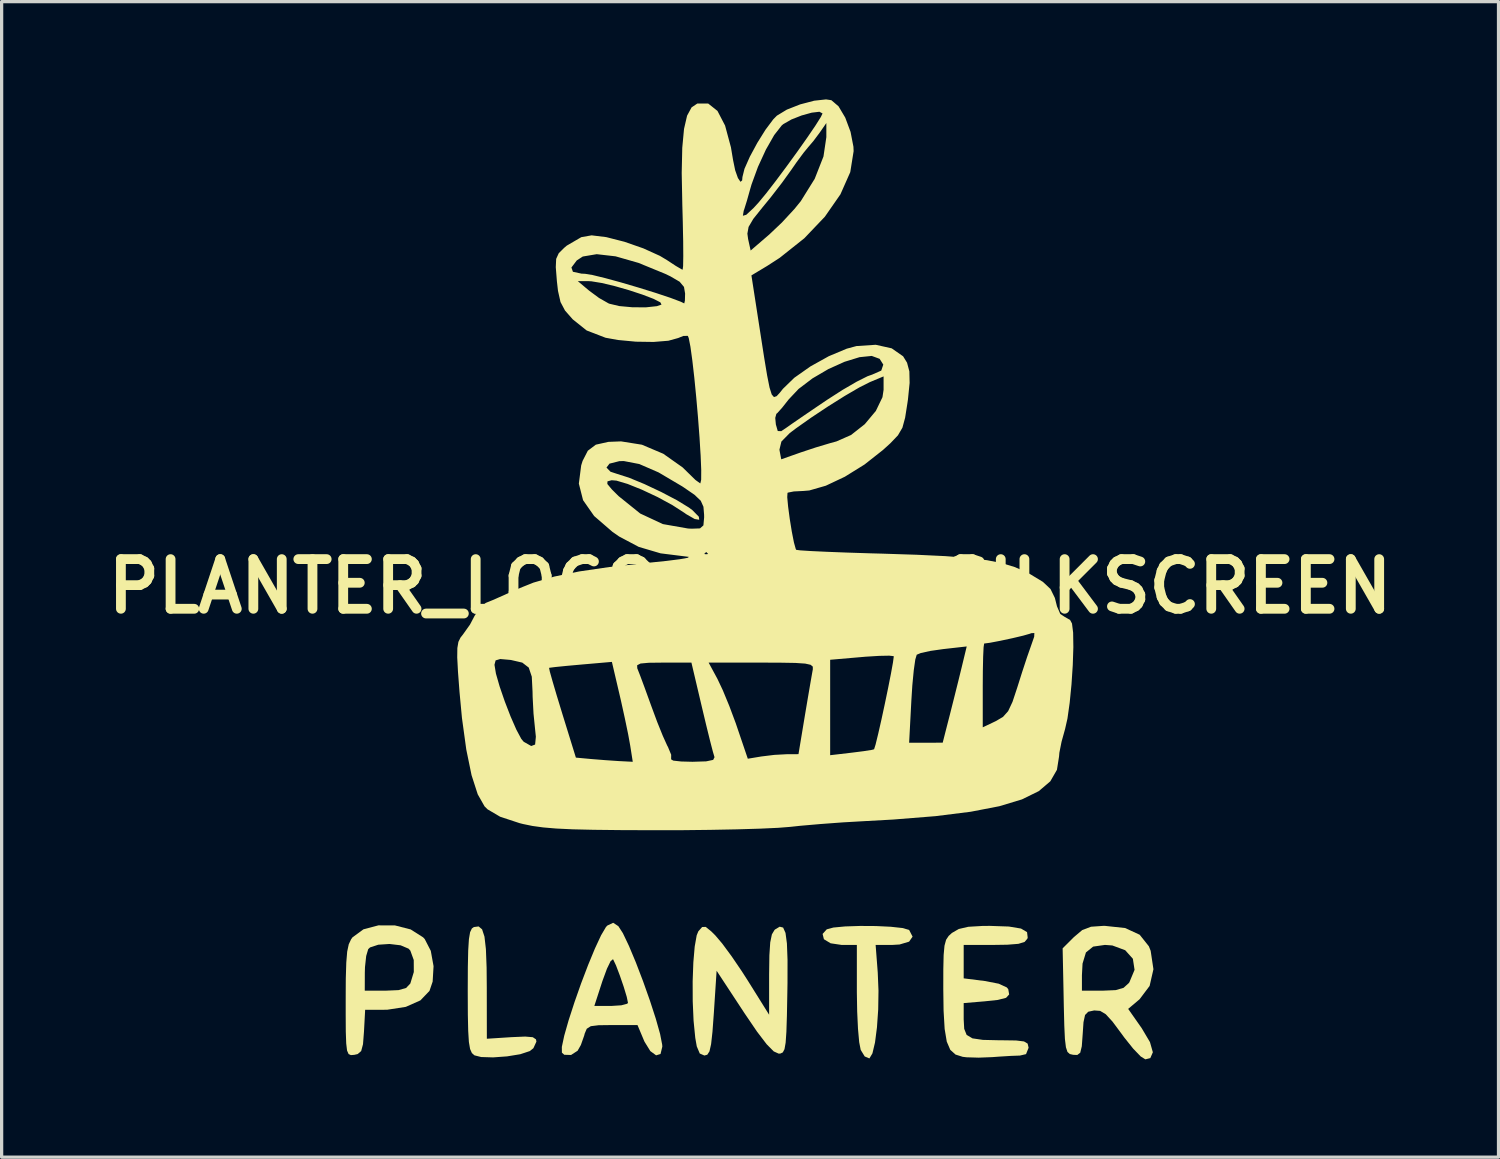
<source format=kicad_pcb>
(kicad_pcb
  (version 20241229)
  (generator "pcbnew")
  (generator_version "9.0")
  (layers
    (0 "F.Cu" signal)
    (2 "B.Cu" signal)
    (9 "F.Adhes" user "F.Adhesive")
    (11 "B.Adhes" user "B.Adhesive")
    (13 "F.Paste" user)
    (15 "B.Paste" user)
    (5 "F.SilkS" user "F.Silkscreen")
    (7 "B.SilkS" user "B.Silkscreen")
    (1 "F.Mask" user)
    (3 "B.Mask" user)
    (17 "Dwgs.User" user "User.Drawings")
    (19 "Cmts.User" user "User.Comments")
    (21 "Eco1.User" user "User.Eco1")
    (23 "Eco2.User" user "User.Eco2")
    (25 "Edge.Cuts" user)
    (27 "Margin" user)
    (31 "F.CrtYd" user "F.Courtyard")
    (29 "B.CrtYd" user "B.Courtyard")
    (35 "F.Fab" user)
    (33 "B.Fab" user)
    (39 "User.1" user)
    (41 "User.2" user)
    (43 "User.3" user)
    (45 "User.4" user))
  (footprint "PLANTER_LOGO_30MM_SILKSCREEN"
    (layer "F.Cu")
    (at 19.964 14.94)
    (property "Reference" "PLANTER_LOGO_30MM_SILKSCREEN" (at 0 0 0) (layer "F.SilkS") (effects (font (size 1.524 1.524) (thickness 0.3))))
    (attr board_only exclude_from_pos_files exclude_from_bom)
    (fp_poly (pts (xy -8.222 10.525) (xy -8.149 10.748) (xy -8.105 11.132) (xy -8.083 11.703) (xy -8.078 12.296) (xy -8.076 13.882) (xy -7.316 13.833) (xy -6.899 13.815) (xy -6.666 13.835) (xy -6.568 13.901) (xy -6.555 13.97) (xy -6.648 14.173) (xy -6.76 14.261) (xy -7.051 14.357) (xy -7.455 14.423) (xy -7.884 14.454) (xy -8.251 14.443) (xy -8.457 14.391) (xy -8.535 14.321) (xy -8.59 14.197) (xy -8.627 13.982) (xy -8.648 13.642) (xy -8.659 13.14) (xy -8.662 12.442) (xy -8.662 12.398) (xy -8.659 11.685) (xy -8.648 11.172) (xy -8.626 10.826) (xy -8.59 10.613) (xy -8.536 10.499) (xy -8.474 10.455) (xy -8.328 10.436)) (stroke (width 0) (type solid)) (fill yes) (layer "F.SilkS"))
    (fp_poly (pts (xy 3.864 10.424) (xy 4.319 10.446) (xy 4.677 10.485) (xy 4.874 10.541) (xy 4.884 10.549) (xy 4.987 10.749) (xy 4.88 10.903) (xy 4.588 10.99) (xy 4.372 11.003) (xy 3.853 11.003) (xy 3.918 11.851) (xy 3.941 12.409) (xy 3.932 12.986) (xy 3.894 13.532) (xy 3.834 13.997) (xy 3.755 14.33) (xy 3.664 14.483) (xy 3.659 14.485) (xy 3.518 14.425) (xy 3.395 14.224) (xy 3.349 13.988) (xy 3.312 13.577) (xy 3.287 13.048) (xy 3.277 12.458) (xy 3.277 11.003) (xy 2.806 11.003) (xy 2.471 10.953) (xy 2.266 10.828) (xy 2.226 10.666) (xy 2.353 10.525) (xy 2.556 10.47) (xy 2.918 10.436) (xy 3.376 10.421)) (stroke (width 0) (type solid)) (fill yes) (layer "F.SilkS"))
    (fp_poly (pts (xy 1.015 10.471) (xy 1.088 10.635) (xy 1.131 10.958) (xy 1.15 11.461) (xy 1.149 12.168) (xy 1.144 12.475) (xy 1.131 13.173) (xy 1.115 13.672) (xy 1.092 14.003) (xy 1.057 14.202) (xy 1.005 14.301) (xy 0.932 14.336) (xy 0.878 14.339) (xy 0.726 14.27) (xy 0.51 14.051) (xy 0.214 13.664) (xy -0.176 13.09) (xy -0.191 13.067) (xy -1.026 11.796) (xy -1.111 13.096) (xy -1.153 13.669) (xy -1.195 14.047) (xy -1.245 14.269) (xy -1.312 14.372) (xy -1.401 14.397) (xy -1.543 14.335) (xy -1.635 14.116) (xy -1.681 13.854) (xy -1.733 13.328) (xy -1.759 12.731) (xy -1.761 12.116) (xy -1.74 11.539) (xy -1.698 11.052) (xy -1.637 10.708) (xy -1.587 10.586) (xy -1.47 10.454) (xy -1.36 10.45) (xy -1.188 10.59) (xy -1.067 10.71) (xy -0.854 10.961) (xy -0.566 11.351) (xy -0.25 11.816) (xy -0.066 12.103) (xy 0.585 13.145) (xy 0.585 11.913) (xy 0.593 11.323) (xy 0.619 10.926) (xy 0.67 10.68) (xy 0.751 10.544) (xy 0.766 10.53) (xy 0.909 10.444)) (stroke (width 0) (type solid)) (fill yes) (layer "F.SilkS"))
    (fp_poly (pts (xy -10.895 10.405) (xy -10.413 10.528) (xy -10.031 10.771) (xy -9.982 10.823) (xy -9.796 11.185) (xy -9.711 11.656) (xy -9.739 12.129) (xy -9.836 12.414) (xy -10.115 12.705) (xy -10.563 12.904) (xy -11.127 12.991) (xy -11.225 12.993) (xy -11.81 12.993) (xy -11.846 13.666) (xy -11.876 14.051) (xy -11.932 14.26) (xy -12.039 14.352) (xy -12.144 14.376) (xy -12.247 14.384) (xy -12.318 14.352) (xy -12.365 14.245) (xy -12.391 14.027) (xy -12.404 13.665) (xy -12.407 13.123) (xy -12.407 12.721) (xy -12.406 12.407) (xy -11.822 12.407) (xy -11.182 12.407) (xy -10.785 12.39) (xy -10.554 12.324) (xy -10.427 12.191) (xy -10.422 12.181) (xy -10.317 11.835) (xy -10.319 11.466) (xy -10.424 11.177) (xy -10.478 11.118) (xy -10.722 11.015) (xy -11.063 10.974) (xy -11.407 10.997) (xy -11.66 11.08) (xy -11.716 11.133) (xy -11.778 11.342) (xy -11.815 11.683) (xy -11.82 11.851) (xy -11.822 12.407) (xy -12.406 12.407) (xy -12.404 12.037) (xy -12.389 11.546) (xy -12.361 11.208) (xy -12.313 10.983) (xy -12.241 10.83) (xy -12.2 10.772) (xy -11.863 10.525) (xy -11.403 10.403)) (stroke (width 0) (type solid)) (fill yes) (layer "F.SilkS"))
    (fp_poly (pts (xy -4.041 10.428) (xy -3.902 10.643) (xy -3.717 11.031) (xy -3.504 11.54) (xy -3.283 12.117) (xy -3.073 12.71) (xy -2.892 13.267) (xy -2.76 13.736) (xy -2.696 14.065) (xy -2.692 14.124) (xy -2.747 14.35) (xy -2.883 14.391) (xy -3.06 14.261) (xy -3.238 13.973) (xy -3.257 13.93) (xy -3.453 13.463) (xy -4.23 13.462) (xy -4.647 13.467) (xy -4.887 13.497) (xy -5.01 13.575) (xy -5.073 13.722) (xy -5.088 13.782) (xy -5.191 14.074) (xy -5.291 14.25) (xy -5.492 14.38) (xy -5.7 14.374) (xy -5.773 14.309) (xy -5.775 14.132) (xy -5.701 13.786) (xy -5.567 13.316) (xy -5.424 12.876) (xy -4.778 12.876) (xy -4.262 12.876) (xy -3.951 12.856) (xy -3.767 12.807) (xy -3.746 12.779) (xy -3.783 12.598) (xy -3.876 12.29) (xy -3.996 11.94) (xy -4.113 11.632) (xy -4.198 11.452) (xy -4.206 11.442) (xy -4.277 11.499) (xy -4.39 11.731) (xy -4.522 12.09) (xy -4.531 12.115) (xy -4.778 12.876) (xy -5.424 12.876) (xy -5.389 12.767) (xy -5.185 12.187) (xy -4.969 11.62) (xy -4.759 11.112) (xy -4.571 10.708) (xy -4.422 10.455) (xy -4.379 10.409) (xy -4.2 10.324)) (stroke (width 0) (type solid)) (fill yes) (layer "F.SilkS"))
    (fp_poly (pts (xy 7.941 10.439) (xy 8.314 10.501) (xy 8.499 10.611) (xy 8.519 10.779) (xy 8.507 10.815) (xy 8.423 10.912) (xy 8.233 10.97) (xy 7.892 10.997) (xy 7.495 11.003) (xy 6.555 11.003) (xy 6.555 12.029) (xy 7.206 12.111) (xy 7.63 12.193) (xy 7.879 12.308) (xy 7.923 12.363) (xy 7.95 12.523) (xy 7.856 12.626) (xy 7.602 12.691) (xy 7.198 12.734) (xy 6.555 12.788) (xy 6.555 13.287) (xy 6.571 13.578) (xy 6.646 13.765) (xy 6.823 13.87) (xy 7.144 13.917) (xy 7.651 13.929) (xy 7.735 13.929) (xy 8.162 13.935) (xy 8.406 13.965) (xy 8.517 14.031) (xy 8.545 14.149) (xy 8.545 14.163) (xy 8.468 14.354) (xy 8.281 14.398) (xy 8.008 14.408) (xy 7.621 14.432) (xy 7.433 14.446) (xy 7.016 14.462) (xy 6.643 14.451) (xy 6.526 14.437) (xy 6.304 14.367) (xy 6.144 14.223) (xy 6.036 13.972) (xy 5.971 13.582) (xy 5.938 13.019) (xy 5.929 12.365) (xy 5.93 11.743) (xy 5.94 11.311) (xy 5.966 11.027) (xy 6.015 10.846) (xy 6.094 10.727) (xy 6.194 10.636) (xy 6.402 10.515) (xy 6.694 10.447) (xy 7.131 10.421) (xy 7.358 10.419)) (stroke (width 0) (type solid)) (fill yes) (layer "F.SilkS"))
    (fp_poly (pts (xy 11.509 10.485) (xy 11.955 10.691) (xy 12.237 11.045) (xy 12.292 11.184) (xy 12.377 11.749) (xy 12.26 12.261) (xy 11.952 12.671) (xy 11.942 12.679) (xy 11.602 12.966) (xy 12.019 13.561) (xy 12.271 13.986) (xy 12.359 14.297) (xy 12.281 14.476) (xy 12.129 14.514) (xy 11.986 14.425) (xy 11.756 14.186) (xy 11.484 13.846) (xy 11.412 13.747) (xy 11.122 13.357) (xy 10.913 13.129) (xy 10.742 13.027) (xy 10.566 13.014) (xy 10.553 13.015) (xy 10.377 13.053) (xy 10.279 13.153) (xy 10.231 13.375) (xy 10.207 13.732) (xy 10.179 14.113) (xy 10.131 14.311) (xy 10.04 14.38) (xy 9.914 14.375) (xy 9.811 14.351) (xy 9.739 14.286) (xy 9.692 14.144) (xy 9.661 13.888) (xy 9.642 13.48) (xy 9.627 12.884) (xy 9.624 12.724) (xy 9.618 12.407) (xy 10.183 12.407) (xy 10.821 12.407) (xy 11.219 12.39) (xy 11.46 12.32) (xy 11.62 12.175) (xy 11.64 12.147) (xy 11.798 11.768) (xy 11.746 11.428) (xy 11.511 11.166) (xy 11.117 11.02) (xy 10.89 11.003) (xy 10.527 11.055) (xy 10.306 11.234) (xy 10.202 11.576) (xy 10.183 11.931) (xy 10.183 12.407) (xy 9.618 12.407) (xy 9.591 11.108) (xy 9.937 10.763) (xy 10.193 10.547) (xy 10.462 10.445) (xy 10.848 10.418) (xy 10.883 10.418)) (stroke (width 0) (type solid)) (fill yes) (layer "F.SilkS"))
    (fp_poly (pts (xy 2.494 -14.916) (xy 2.714 -14.729) (xy 2.921 -14.381) (xy 3.084 -13.943) (xy 3.172 -13.489) (xy 3.178 -13.353) (xy 3.075 -12.709) (xy 2.773 -12.027) (xy 2.295 -11.34) (xy 1.666 -10.68) (xy 0.91 -10.079) (xy 0.528 -9.832) (xy 0.042 -9.54) (xy 0.314 -7.784) (xy 0.432 -7.024) (xy 0.524 -6.47) (xy 0.598 -6.099) (xy 0.665 -5.886) (xy 0.734 -5.806) (xy 0.817 -5.835) (xy 0.921 -5.949) (xy 1.009 -6.06) (xy 1.358 -6.399) (xy 1.854 -6.748) (xy 2.417 -7.061) (xy 2.966 -7.291) (xy 3.266 -7.372) (xy 3.856 -7.411) (xy 4.346 -7.302) (xy 4.696 -7.058) (xy 4.817 -6.862) (xy 4.888 -6.595) (xy 4.896 -6.24) (xy 4.845 -5.734) (xy 4.83 -5.631) (xy 4.758 -5.173) (xy 4.675 -4.867) (xy 4.538 -4.633) (xy 4.306 -4.39) (xy 4.078 -4.183) (xy 3.512 -3.737) (xy 2.908 -3.362) (xy 2.325 -3.087) (xy 1.818 -2.941) (xy 1.64 -2.926) (xy 1.342 -2.911) (xy 1.162 -2.875) (xy 1.149 -2.866) (xy 1.141 -2.734) (xy 1.168 -2.444) (xy 1.218 -2.069) (xy 1.281 -1.679) (xy 1.346 -1.348) (xy 1.402 -1.146) (xy 1.417 -1.119) (xy 1.542 -1.103) (xy 1.867 -1.082) (xy 2.358 -1.059) (xy 2.981 -1.035) (xy 3.7 -1.012) (xy 4.038 -1.003) (xy 5.119 -0.968) (xy 5.998 -0.926) (xy 6.705 -0.871) (xy 7.273 -0.801) (xy 7.732 -0.709) (xy 8.115 -0.593) (xy 8.452 -0.448) (xy 8.595 -0.373) (xy 8.986 -0.136) (xy 9.219 0.083) (xy 9.353 0.357) (xy 9.418 0.615) (xy 9.519 0.848) (xy 9.651 0.936) (xy 9.82 1.033) (xy 9.878 1.141) (xy 9.913 1.419) (xy 9.92 1.865) (xy 9.902 2.416) (xy 9.863 3.007) (xy 9.807 3.575) (xy 9.739 4.057) (xy 9.666 4.379) (xy 9.558 4.768) (xy 9.491 5.105) (xy 9.481 5.222) (xy 9.416 5.631) (xy 9.213 5.983) (xy 8.86 6.284) (xy 8.343 6.538) (xy 7.651 6.747) (xy 6.771 6.917) (xy 5.69 7.052) (xy 4.397 7.156) (xy 3.512 7.205) (xy 2.85 7.243) (xy 2.16 7.294) (xy 1.539 7.348) (xy 1.232 7.381) (xy 0.863 7.41) (xy 0.302 7.436) (xy -0.409 7.457) (xy -1.228 7.473) (xy -2.114 7.483) (xy -2.982 7.484) (xy -3.994 7.48) (xy -4.804 7.471) (xy -5.445 7.456) (xy -5.949 7.432) (xy -6.348 7.398) (xy -6.676 7.353) (xy -6.963 7.294) (xy -7.074 7.266) (xy -7.668 7.07) (xy -8.054 6.843) (xy -8.146 6.752) (xy -8.356 6.382) (xy -8.545 5.796) (xy -8.707 5.008) (xy -8.84 4.038) (xy -8.915 3.238) (xy -8.962 2.616) (xy -8.973 2.403) (xy -7.841 2.403) (xy -7.841 2.413) (xy -7.797 2.679) (xy -7.684 3.072) (xy -7.526 3.532) (xy -7.347 3.995) (xy -7.17 4.399) (xy -7.019 4.681) (xy -6.946 4.769) (xy -6.715 4.9) (xy -6.595 4.855) (xy -6.572 4.615) (xy -6.597 4.373) (xy -6.644 3.905) (xy -6.671 3.389) (xy -6.674 3.232) (xy -6.697 2.773) (xy -6.787 2.503) (xy -6.167 2.503) (xy -6.144 2.615) (xy -6.062 2.907) (xy -5.936 3.335) (xy -5.777 3.856) (xy -5.767 3.889) (xy -5.344 5.256) (xy -4.867 5.3) (xy -4.441 5.334) (xy -4.034 5.362) (xy -3.994 5.364) (xy -3.599 5.384) (xy -3.677 4.887) (xy -3.74 4.54) (xy -3.841 4.054) (xy -3.959 3.518) (xy -3.997 3.354) (xy -4.215 2.422) (xy -3.464 2.422) (xy -3.461 2.514) (xy -3.448 2.546) (xy -3.369 2.748) (xy -3.237 3.103) (xy -3.076 3.547) (xy -3.025 3.687) (xy -2.849 4.162) (xy -2.678 4.586) (xy -2.544 4.883) (xy -2.519 4.929) (xy -2.42 5.167) (xy -2.422 5.309) (xy -2.356 5.348) (xy -2.111 5.375) (xy -1.766 5.384) (xy -1.347 5.371) (xy -1.132 5.326) (xy -1.09 5.243) (xy -1.092 5.238) (xy -1.141 5.072) (xy -1.23 4.728) (xy -1.346 4.257) (xy -1.475 3.716) (xy -1.799 2.341) (xy -1.271 2.341) (xy -1.002 2.838) (xy -0.836 3.189) (xy -0.637 3.671) (xy -0.442 4.193) (xy -0.401 4.313) (xy -0.069 5.29) (xy 0.346 5.221) (xy 0.665 5.182) (xy 2.458 5.182) (xy 3.125 5.104) (xy 3.487 5.058) (xy 3.735 5.019) (xy 3.806 5) (xy 3.854 4.846) (xy 3.865 4.799) (xy 4.881 4.799) (xy 5.396 4.799) (xy 5.911 4.798) (xy 6.031 4.327) (xy 7.14 4.327) (xy 7.541 4.136) (xy 7.761 4.007) (xy 7.919 3.83) (xy 8.053 3.545) (xy 8.196 3.114) (xy 8.35 2.627) (xy 8.503 2.162) (xy 8.62 1.829) (xy 8.718 1.547) (xy 8.723 1.433) (xy 8.631 1.438) (xy 8.579 1.457) (xy 8.379 1.514) (xy 8.05 1.592) (xy 7.681 1.671) (xy 7.361 1.732) (xy 7.183 1.756) (xy 7.166 1.865) (xy 7.152 2.161) (xy 7.143 2.596) (xy 7.14 3.041) (xy 7.14 4.327) (xy 6.031 4.327) (xy 6.128 3.95) (xy 6.262 3.419) (xy 6.398 2.874) (xy 6.496 2.474) (xy 6.648 1.845) (xy 5.928 1.926) (xy 5.534 1.982) (xy 5.236 2.048) (xy 5.114 2.099) (xy 5.07 2.247) (xy 5.023 2.578) (xy 4.979 3.039) (xy 4.95 3.495) (xy 4.881 4.799) (xy 3.865 4.799) (xy 3.932 4.526) (xy 4.03 4.095) (xy 4.135 3.608) (xy 4.237 3.116) (xy 4.324 2.675) (xy 4.385 2.338) (xy 4.409 2.159) (xy 4.406 2.143) (xy 4.273 2.128) (xy 3.965 2.134) (xy 3.542 2.16) (xy 3.405 2.172) (xy 2.458 2.254) (xy 2.458 5.182) (xy 0.665 5.182) (xy 0.749 5.172) (xy 1.123 5.152) (xy 1.486 5.15) (xy 1.685 3.95) (xy 1.773 3.428) (xy 1.85 2.977) (xy 1.906 2.657) (xy 1.926 2.546) (xy 1.925 2.464) (xy 1.858 2.408) (xy 1.692 2.371) (xy 1.392 2.351) (xy 0.922 2.343) (xy 0.348 2.341) (xy -1.271 2.341) (xy -1.799 2.341) (xy -2.668 2.341) (xy -3.11 2.346) (xy -3.361 2.369) (xy -3.464 2.422) (xy -4.215 2.422) (xy -4.239 2.319) (xy -5.192 2.402) (xy -5.634 2.442) (xy -5.973 2.476) (xy -6.153 2.499) (xy -6.167 2.503) (xy -6.787 2.503) (xy -6.79 2.494) (xy -6.989 2.341) (xy -7.33 2.262) (xy -7.357 2.258) (xy -7.666 2.231) (xy -7.807 2.273) (xy -7.841 2.403) (xy -8.973 2.403) (xy -8.985 2.182) (xy -8.981 1.894) (xy -8.949 1.705) (xy -8.884 1.573) (xy -8.812 1.482) (xy -8.593 1.174) (xy -8.451 0.904) (xy -8.286 0.646) (xy -8.107 0.508) (xy -7.897 0.423) (xy -7.554 0.272) (xy -7.199 0.108) (xy -6.648 -0.113) (xy -6.007 -0.299) (xy -5.239 -0.457) (xy -4.31 -0.593) (xy -3.184 -0.716) (xy -3.102 -0.724) (xy -2.56 -0.78) (xy -2.157 -0.831) (xy -1.919 -0.873) (xy -1.874 -0.902) (xy -1.931 -0.91) (xy -2.611 -0.995) (xy -1.405 -0.995) (xy -1.346 -0.936) (xy -1.288 -0.995) (xy -1.346 -1.053) (xy -1.405 -0.995) (xy -2.611 -0.995) (xy -2.746 -1.012) (xy -3.416 -1.21) (xy -4.018 -1.529) (xy -4.221 -1.67) (xy -4.784 -2.157) (xy -5.124 -2.643) (xy -5.253 -3.152) (xy -5.19 -3.643) (xy -4.405 -3.643) (xy -4.282 -3.516) (xy -4.075 -3.448) (xy -3.717 -3.334) (xy -3.243 -3.138) (xy -2.727 -2.895) (xy -2.246 -2.643) (xy -1.876 -2.417) (xy -1.768 -2.336) (xy -1.572 -2.136) (xy -1.559 -2.042) (xy -1.699 -2.065) (xy -1.96 -2.215) (xy -2.011 -2.252) (xy -2.383 -2.492) (xy -2.838 -2.739) (xy -3.317 -2.964) (xy -3.757 -3.141) (xy -4.1 -3.243) (xy -4.247 -3.255) (xy -4.375 -3.22) (xy -4.379 -3.14) (xy -4.242 -2.975) (xy -4.034 -2.768) (xy -3.369 -2.233) (xy -2.674 -1.909) (xy -1.9 -1.773) (xy -1.785 -1.768) (xy -1.536 -1.777) (xy -1.431 -1.87) (xy -1.409 -2.116) (xy -1.41 -2.195) (xy -1.43 -2.441) (xy -1.513 -2.626) (xy -1.704 -2.808) (xy -2.049 -3.045) (xy -2.083 -3.067) (xy -2.807 -3.495) (xy -3.399 -3.752) (xy -3.876 -3.844) (xy -4.012 -3.84) (xy -4.313 -3.764) (xy -4.405 -3.643) (xy -5.19 -3.643) (xy -5.181 -3.711) (xy -5.138 -3.848) (xy -4.978 -4.16) (xy -4.732 -4.346) (xy -4.347 -4.432) (xy -3.958 -4.447) (xy -3.318 -4.345) (xy -2.662 -4.067) (xy -2.07 -3.649) (xy -1.882 -3.465) (xy -1.675 -3.263) (xy -1.536 -3.163) (xy -1.525 -3.16) (xy -1.5 -3.269) (xy -1.498 -3.568) (xy -1.516 -4.013) (xy -1.528 -4.195) (xy 0.902 -4.195) (xy 0.907 -4.158) (xy 0.957 -3.897) (xy 1.561 -4.11) (xy 2.016 -4.261) (xy 2.474 -4.398) (xy 2.649 -4.445) (xy 3.099 -4.643) (xy 3.52 -4.975) (xy 3.86 -5.382) (xy 4.063 -5.803) (xy 4.097 -6.027) (xy 4.097 -6.441) (xy 3.675 -6.265) (xy 3.354 -6.103) (xy 2.905 -5.841) (xy 2.391 -5.518) (xy 1.871 -5.173) (xy 1.407 -4.845) (xy 1.219 -4.703) (xy 0.962 -4.442) (xy 0.902 -4.195) (xy -1.528 -4.195) (xy -1.55 -4.562) (xy -1.596 -5.167) (xy 0.773 -5.167) (xy 0.792 -4.966) (xy 0.85 -4.765) (xy 0.956 -4.76) (xy 1.097 -4.854) (xy 1.297 -4.995) (xy 1.638 -5.229) (xy 2.064 -5.519) (xy 2.374 -5.728) (xy 2.839 -6.027) (xy 3.269 -6.277) (xy 3.605 -6.446) (xy 3.749 -6.497) (xy 4.026 -6.619) (xy 4.088 -6.803) (xy 3.976 -6.98) (xy 3.734 -7.069) (xy 3.36 -7.031) (xy 2.899 -6.889) (xy 2.402 -6.665) (xy 1.916 -6.38) (xy 1.489 -6.056) (xy 1.186 -5.735) (xy 0.983 -5.478) (xy 0.837 -5.316) (xy 0.807 -5.292) (xy 0.773 -5.167) (xy -1.596 -5.167) (xy -1.596 -5.171) (xy -1.651 -5.797) (xy -1.71 -6.398) (xy -1.771 -6.93) (xy -1.829 -7.35) (xy -1.881 -7.616) (xy -1.909 -7.684) (xy -2.046 -7.683) (xy -2.206 -7.618) (xy -2.505 -7.535) (xy -2.961 -7.498) (xy -3.501 -7.506) (xy -4.053 -7.558) (xy -4.434 -7.627) (xy -5.013 -7.85) (xy -5.44 -8.191) (xy -5.678 -8.462) (xy -5.816 -8.723) (xy -5.893 -9.065) (xy -5.927 -9.364) (xy -5.285 -9.364) (xy -4.939 -9.073) (xy -4.633 -8.847) (xy -4.343 -8.682) (xy -4.316 -8.671) (xy -4.014 -8.599) (xy -3.611 -8.562) (xy -3.195 -8.56) (xy -2.858 -8.596) (xy -2.717 -8.644) (xy -2.752 -8.713) (xy -2.963 -8.821) (xy -3.3 -8.95) (xy -3.71 -9.085) (xy -4.142 -9.209) (xy -4.546 -9.306) (xy -4.87 -9.359) (xy -4.966 -9.364) (xy -5.285 -9.364) (xy -5.927 -9.364) (xy -5.928 -9.378) (xy -5.96 -9.782) (xy -5.481 -9.782) (xy -5.435 -9.651) (xy -5.172 -9.594) (xy -5.062 -9.589) (xy -4.835 -9.552) (xy -4.445 -9.457) (xy -3.952 -9.322) (xy -3.415 -9.164) (xy -2.891 -9.001) (xy -2.441 -8.851) (xy -2.123 -8.731) (xy -2.019 -8.68) (xy -1.999 -8.767) (xy -1.993 -8.984) (xy -2.027 -9.186) (xy -2.16 -9.345) (xy -2.442 -9.51) (xy -2.607 -9.589) (xy -3.421 -9.923) (xy -4.127 -10.125) (xy -4.705 -10.191) (xy -5.133 -10.119) (xy -5.317 -9.999) (xy -5.481 -9.782) (xy -5.96 -9.782) (xy -5.961 -9.791) (xy -5.949 -10.047) (xy -5.87 -10.22) (xy -5.703 -10.386) (xy -5.624 -10.453) (xy -5.178 -10.713) (xy -4.861 -10.769) (xy -4.411 -10.714) (xy -3.852 -10.571) (xy -3.273 -10.369) (xy -2.766 -10.139) (xy -2.552 -10.011) (xy -2.281 -9.833) (xy -2.1 -9.727) (xy -2.068 -9.715) (xy -2.054 -9.826) (xy -2.049 -10.132) (xy -2.052 -10.597) (xy -2.057 -10.821) (xy -0.082 -10.821) (xy -0.06 -10.657) (xy 0.018 -10.303) (xy 0.59 -10.795) (xy 0.978 -11.163) (xy 1.361 -11.577) (xy 1.557 -11.818) (xy 1.984 -12.504) (xy 2.253 -13.189) (xy 2.341 -13.782) (xy 2.341 -14.215) (xy 2.141 -13.926) (xy 1.942 -13.66) (xy 1.789 -13.481) (xy 1.641 -13.301) (xy 1.421 -13.003) (xy 1.266 -12.779) (xy 0.98 -12.382) (xy 0.628 -11.927) (xy 0.378 -11.622) (xy 0.099 -11.273) (xy -0.045 -11.028) (xy -0.082 -10.821) (xy -2.057 -10.821) (xy -2.064 -11.181) (xy -2.069 -11.37) (xy -0.22 -11.37) (xy -0.116 -11.4) (xy 0.107 -11.607) (xy 0.267 -11.782) (xy 0.496 -12.059) (xy 0.789 -12.438) (xy 1.117 -12.878) (xy 1.45 -13.336) (xy 1.757 -13.771) (xy 2.008 -14.14) (xy 2.173 -14.402) (xy 2.224 -14.509) (xy 2.129 -14.561) (xy 1.892 -14.533) (xy 1.582 -14.447) (xy 1.269 -14.324) (xy 1.021 -14.182) (xy 0.973 -14.142) (xy 0.741 -13.846) (xy 0.485 -13.397) (xy 0.242 -12.868) (xy 0.046 -12.332) (xy 0.002 -12.181) (xy -0.095 -11.836) (xy -0.177 -11.572) (xy -0.195 -11.522) (xy -0.22 -11.37) (xy -2.069 -11.37) (xy -2.078 -11.699) (xy -2.097 -12.683) (xy -2.08 -13.455) (xy -2.026 -14.034) (xy -1.932 -14.441) (xy -1.794 -14.695) (xy -1.619 -14.813) (xy -1.284 -14.813) (xy -1 -14.587) (xy -0.766 -14.137) (xy -0.586 -13.468) (xy -0.521 -13.079) (xy -0.456 -12.764) (xy -0.372 -12.527) (xy -0.293 -12.411) (xy -0.242 -12.456) (xy -0.234 -12.557) (xy -0.171 -12.811) (xy -0.006 -13.183) (xy 0.222 -13.606) (xy 0.474 -14.01) (xy 0.711 -14.327) (xy 0.823 -14.441) (xy 1.128 -14.626) (xy 1.537 -14.787) (xy 1.967 -14.9) (xy 2.331 -14.94)) (stroke (width 0) (type solid)) (fill yes) (layer "F.SilkS")))
  (gr_rect
    (start -3 -3)
    (end 42.929 32.455)
    (stroke (width 0.1) (type default))
    (fill no)
    (layer "Edge.Cuts")))
</source>
